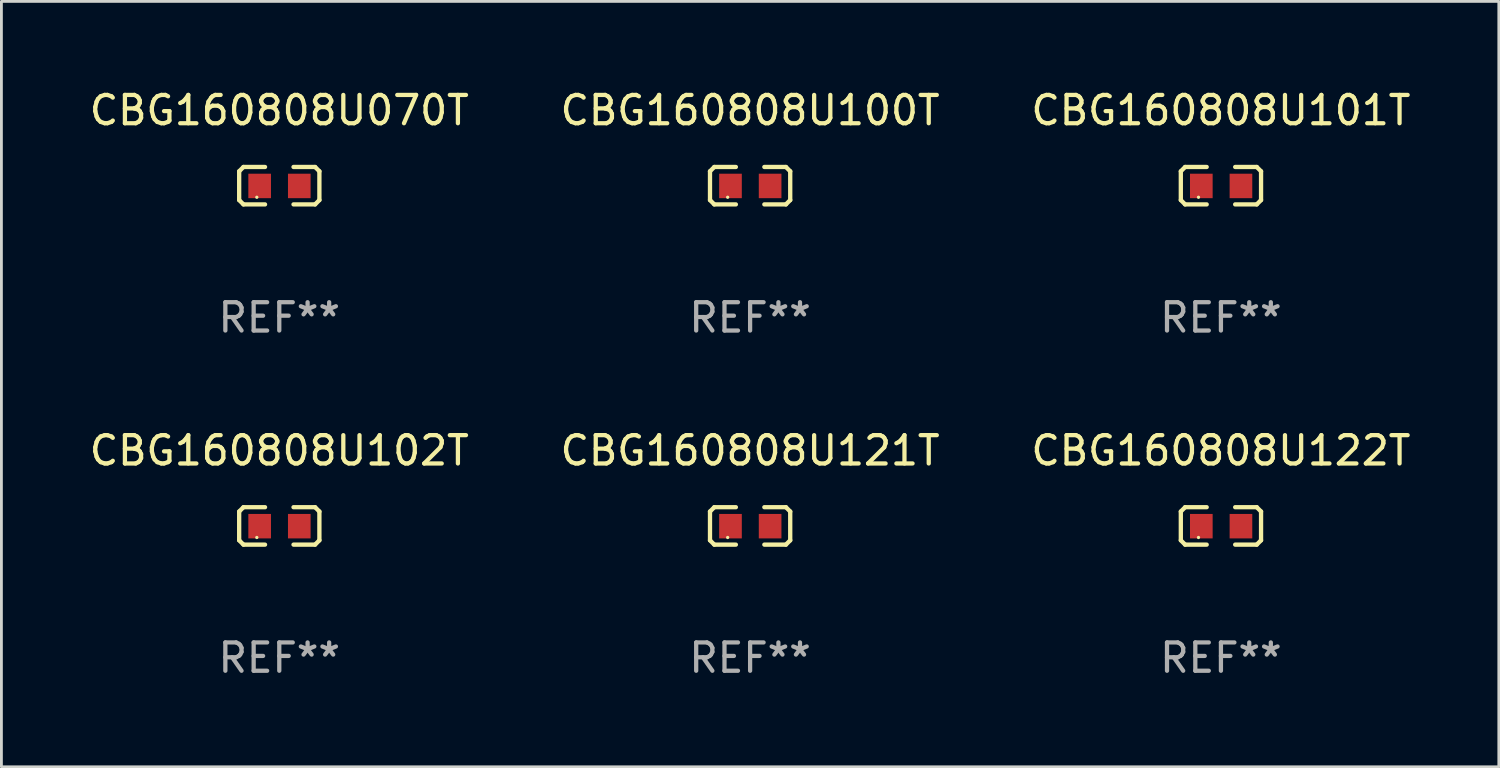
<source format=kicad_pcb>
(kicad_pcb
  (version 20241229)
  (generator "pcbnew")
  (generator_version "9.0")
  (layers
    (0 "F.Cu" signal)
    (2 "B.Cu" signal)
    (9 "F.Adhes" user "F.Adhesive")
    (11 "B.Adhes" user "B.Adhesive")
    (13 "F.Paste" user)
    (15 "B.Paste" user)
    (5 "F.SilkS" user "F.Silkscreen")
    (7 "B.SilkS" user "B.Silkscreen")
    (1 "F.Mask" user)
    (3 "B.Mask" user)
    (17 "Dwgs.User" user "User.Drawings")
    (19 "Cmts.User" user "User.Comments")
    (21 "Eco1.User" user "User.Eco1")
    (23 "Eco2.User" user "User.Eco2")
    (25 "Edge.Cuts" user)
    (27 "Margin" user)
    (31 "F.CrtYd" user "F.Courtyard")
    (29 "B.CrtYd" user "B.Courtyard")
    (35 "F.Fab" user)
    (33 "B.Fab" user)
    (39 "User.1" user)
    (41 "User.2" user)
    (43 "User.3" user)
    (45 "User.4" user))
  (footprint "CBG160808U121T"
    (layer "F.Cu")
    (at 23.446 15.527)
    (property "Reference" "CBG160808U121T" (at 0 -2.661 0) (layer "F.SilkS") (effects (font (size 1 1) (thickness 0.15))))
    (attr through_hole)
    (fp_line (start -1.417 -0.508) (end -1.265 -0.661) (stroke (width 0.152) (type solid)) (layer "F.SilkS"))
    (fp_line (start -1.417 0.508) (end -1.417 -0.508) (stroke (width 0.152) (type solid)) (layer "F.SilkS"))
    (fp_line (start -1.265 -0.661) (end -0.503 -0.661) (stroke (width 0.152) (type solid)) (layer "F.SilkS"))
    (fp_line (start -1.265 0.661) (end -1.417 0.508) (stroke (width 0.152) (type solid)) (layer "F.SilkS"))
    (fp_line (start -1.265 0.661) (end -0.503 0.661) (stroke (width 0.152) (type solid)) (layer "F.SilkS"))
    (fp_line (start 1.265 -0.661) (end 0.503 -0.661) (stroke (width 0.152) (type solid)) (layer "F.SilkS"))
    (fp_line (start 1.265 -0.661) (end 1.417 -0.508) (stroke (width 0.152) (type solid)) (layer "F.SilkS"))
    (fp_line (start 1.265 0.661) (end 0.503 0.661) (stroke (width 0.152) (type solid)) (layer "F.SilkS"))
    (fp_line (start 1.417 -0.508) (end 1.417 0.508) (stroke (width 0.152) (type solid)) (layer "F.SilkS"))
    (fp_line (start 1.417 0.508) (end 1.265 0.661) (stroke (width 0.152) (type solid)) (layer "F.SilkS"))
    (fp_circle (center -0.793 0.409) (end -0.763 0.409) (stroke (width 0.06) (type solid)) (fill no) (layer "F.SilkS"))
    (fp_text user "REF**" (at 0 4.661 0) (layer "F.Fab") (effects (font (size 1 1) (thickness 0.15))))
    (pad "1" smd rect (at -0.693 0.009 180) (size 0.8 0.864) (layers "F.Cu" "F.Mask" "F.Paste"))
    (pad "2" smd rect (at 0.707 0.009 180) (size 0.8 0.864) (layers "F.Cu" "F.Mask" "F.Paste")))
  (footprint "CBG160808U122T"
    (layer "F.Cu")
    (at 40.077 15.527)
    (property "Reference" "CBG160808U122T" (at 0 -2.661 0) (layer "F.SilkS") (effects (font (size 1 1) (thickness 0.15))))
    (attr through_hole)
    (fp_line (start -1.417 -0.508) (end -1.265 -0.661) (stroke (width 0.152) (type solid)) (layer "F.SilkS"))
    (fp_line (start -1.417 0.508) (end -1.417 -0.508) (stroke (width 0.152) (type solid)) (layer "F.SilkS"))
    (fp_line (start -1.265 -0.661) (end -0.503 -0.661) (stroke (width 0.152) (type solid)) (layer "F.SilkS"))
    (fp_line (start -1.265 0.661) (end -1.417 0.508) (stroke (width 0.152) (type solid)) (layer "F.SilkS"))
    (fp_line (start -1.265 0.661) (end -0.503 0.661) (stroke (width 0.152) (type solid)) (layer "F.SilkS"))
    (fp_line (start 1.265 -0.661) (end 0.503 -0.661) (stroke (width 0.152) (type solid)) (layer "F.SilkS"))
    (fp_line (start 1.265 -0.661) (end 1.417 -0.508) (stroke (width 0.152) (type solid)) (layer "F.SilkS"))
    (fp_line (start 1.265 0.661) (end 0.503 0.661) (stroke (width 0.152) (type solid)) (layer "F.SilkS"))
    (fp_line (start 1.417 -0.508) (end 1.417 0.508) (stroke (width 0.152) (type solid)) (layer "F.SilkS"))
    (fp_line (start 1.417 0.508) (end 1.265 0.661) (stroke (width 0.152) (type solid)) (layer "F.SilkS"))
    (fp_circle (center -0.793 0.409) (end -0.763 0.409) (stroke (width 0.06) (type solid)) (fill no) (layer "F.SilkS"))
    (fp_text user "REF**" (at 0 4.661 0) (layer "F.Fab") (effects (font (size 1 1) (thickness 0.15))))
    (pad "1" smd rect (at -0.693 0.009 180) (size 0.8 0.864) (layers "F.Cu" "F.Mask" "F.Paste"))
    (pad "2" smd rect (at 0.707 0.009 180) (size 0.8 0.864) (layers "F.Cu" "F.Mask" "F.Paste")))
  (footprint "CBG160808U101T"
    (layer "F.Cu")
    (at 40.077 3.509)
    (property "Reference" "CBG160808U101T" (at 0 -2.661 0) (layer "F.SilkS") (effects (font (size 1 1) (thickness 0.15))))
    (attr through_hole)
    (fp_line (start -1.417 -0.508) (end -1.265 -0.661) (stroke (width 0.152) (type solid)) (layer "F.SilkS"))
    (fp_line (start -1.417 0.508) (end -1.417 -0.508) (stroke (width 0.152) (type solid)) (layer "F.SilkS"))
    (fp_line (start -1.265 -0.661) (end -0.503 -0.661) (stroke (width 0.152) (type solid)) (layer "F.SilkS"))
    (fp_line (start -1.265 0.661) (end -1.417 0.508) (stroke (width 0.152) (type solid)) (layer "F.SilkS"))
    (fp_line (start -1.265 0.661) (end -0.503 0.661) (stroke (width 0.152) (type solid)) (layer "F.SilkS"))
    (fp_line (start 1.265 -0.661) (end 0.503 -0.661) (stroke (width 0.152) (type solid)) (layer "F.SilkS"))
    (fp_line (start 1.265 -0.661) (end 1.417 -0.508) (stroke (width 0.152) (type solid)) (layer "F.SilkS"))
    (fp_line (start 1.265 0.661) (end 0.503 0.661) (stroke (width 0.152) (type solid)) (layer "F.SilkS"))
    (fp_line (start 1.417 -0.508) (end 1.417 0.508) (stroke (width 0.152) (type solid)) (layer "F.SilkS"))
    (fp_line (start 1.417 0.508) (end 1.265 0.661) (stroke (width 0.152) (type solid)) (layer "F.SilkS"))
    (fp_circle (center -0.793 0.409) (end -0.763 0.409) (stroke (width 0.06) (type solid)) (fill no) (layer "F.SilkS"))
    (fp_text user "REF**" (at 0 4.661 0) (layer "F.Fab") (effects (font (size 1 1) (thickness 0.15))))
    (pad "1" smd rect (at -0.693 0.009 180) (size 0.8 0.864) (layers "F.Cu" "F.Mask" "F.Paste"))
    (pad "2" smd rect (at 0.707 0.009 180) (size 0.8 0.864) (layers "F.Cu" "F.Mask" "F.Paste")))
  (footprint "CBG160808U102T"
    (layer "F.Cu")
    (at 6.815 15.527)
    (property "Reference" "CBG160808U102T" (at 0 -2.661 0) (layer "F.SilkS") (effects (font (size 1 1) (thickness 0.15))))
    (attr through_hole)
    (fp_line (start -1.417 -0.508) (end -1.265 -0.661) (stroke (width 0.152) (type solid)) (layer "F.SilkS"))
    (fp_line (start -1.417 0.508) (end -1.417 -0.508) (stroke (width 0.152) (type solid)) (layer "F.SilkS"))
    (fp_line (start -1.265 -0.661) (end -0.503 -0.661) (stroke (width 0.152) (type solid)) (layer "F.SilkS"))
    (fp_line (start -1.265 0.661) (end -1.417 0.508) (stroke (width 0.152) (type solid)) (layer "F.SilkS"))
    (fp_line (start -1.265 0.661) (end -0.503 0.661) (stroke (width 0.152) (type solid)) (layer "F.SilkS"))
    (fp_line (start 1.265 -0.661) (end 0.503 -0.661) (stroke (width 0.152) (type solid)) (layer "F.SilkS"))
    (fp_line (start 1.265 -0.661) (end 1.417 -0.508) (stroke (width 0.152) (type solid)) (layer "F.SilkS"))
    (fp_line (start 1.265 0.661) (end 0.503 0.661) (stroke (width 0.152) (type solid)) (layer "F.SilkS"))
    (fp_line (start 1.417 -0.508) (end 1.417 0.508) (stroke (width 0.152) (type solid)) (layer "F.SilkS"))
    (fp_line (start 1.417 0.508) (end 1.265 0.661) (stroke (width 0.152) (type solid)) (layer "F.SilkS"))
    (fp_circle (center -0.793 0.409) (end -0.763 0.409) (stroke (width 0.06) (type solid)) (fill no) (layer "F.SilkS"))
    (fp_text user "REF**" (at 0 4.661 0) (layer "F.Fab") (effects (font (size 1 1) (thickness 0.15))))
    (pad "1" smd rect (at -0.693 0.009 180) (size 0.8 0.864) (layers "F.Cu" "F.Mask" "F.Paste"))
    (pad "2" smd rect (at 0.707 0.009 180) (size 0.8 0.864) (layers "F.Cu" "F.Mask" "F.Paste")))
  (footprint "CBG160808U100T"
    (layer "F.Cu")
    (at 23.446 3.509)
    (property "Reference" "CBG160808U100T" (at 0 -2.661 0) (layer "F.SilkS") (effects (font (size 1 1) (thickness 0.15))))
    (attr through_hole)
    (fp_line (start -1.417 -0.508) (end -1.265 -0.661) (stroke (width 0.152) (type solid)) (layer "F.SilkS"))
    (fp_line (start -1.417 0.508) (end -1.417 -0.508) (stroke (width 0.152) (type solid)) (layer "F.SilkS"))
    (fp_line (start -1.265 -0.661) (end -0.503 -0.661) (stroke (width 0.152) (type solid)) (layer "F.SilkS"))
    (fp_line (start -1.265 0.661) (end -1.417 0.508) (stroke (width 0.152) (type solid)) (layer "F.SilkS"))
    (fp_line (start -1.265 0.661) (end -0.503 0.661) (stroke (width 0.152) (type solid)) (layer "F.SilkS"))
    (fp_line (start 1.265 -0.661) (end 0.503 -0.661) (stroke (width 0.152) (type solid)) (layer "F.SilkS"))
    (fp_line (start 1.265 -0.661) (end 1.417 -0.508) (stroke (width 0.152) (type solid)) (layer "F.SilkS"))
    (fp_line (start 1.265 0.661) (end 0.503 0.661) (stroke (width 0.152) (type solid)) (layer "F.SilkS"))
    (fp_line (start 1.417 -0.508) (end 1.417 0.508) (stroke (width 0.152) (type solid)) (layer "F.SilkS"))
    (fp_line (start 1.417 0.508) (end 1.265 0.661) (stroke (width 0.152) (type solid)) (layer "F.SilkS"))
    (fp_circle (center -0.793 0.409) (end -0.763 0.409) (stroke (width 0.06) (type solid)) (fill no) (layer "F.SilkS"))
    (fp_text user "REF**" (at 0 4.661 0) (layer "F.Fab") (effects (font (size 1 1) (thickness 0.15))))
    (pad "1" smd rect (at -0.693 0.009 180) (size 0.8 0.864) (layers "F.Cu" "F.Mask" "F.Paste"))
    (pad "2" smd rect (at 0.707 0.009 180) (size 0.8 0.864) (layers "F.Cu" "F.Mask" "F.Paste")))
  (footprint "CBG160808U070T"
    (layer "F.Cu")
    (at 6.815 3.509)
    (property "Reference" "CBG160808U070T" (at 0 -2.661 0) (layer "F.SilkS") (effects (font (size 1 1) (thickness 0.15))))
    (attr through_hole)
    (fp_line (start -1.417 -0.508) (end -1.265 -0.661) (stroke (width 0.152) (type solid)) (layer "F.SilkS"))
    (fp_line (start -1.417 0.508) (end -1.417 -0.508) (stroke (width 0.152) (type solid)) (layer "F.SilkS"))
    (fp_line (start -1.265 -0.661) (end -0.503 -0.661) (stroke (width 0.152) (type solid)) (layer "F.SilkS"))
    (fp_line (start -1.265 0.661) (end -1.417 0.508) (stroke (width 0.152) (type solid)) (layer "F.SilkS"))
    (fp_line (start -1.265 0.661) (end -0.503 0.661) (stroke (width 0.152) (type solid)) (layer "F.SilkS"))
    (fp_line (start 1.265 -0.661) (end 0.503 -0.661) (stroke (width 0.152) (type solid)) (layer "F.SilkS"))
    (fp_line (start 1.265 -0.661) (end 1.417 -0.508) (stroke (width 0.152) (type solid)) (layer "F.SilkS"))
    (fp_line (start 1.265 0.661) (end 0.503 0.661) (stroke (width 0.152) (type solid)) (layer "F.SilkS"))
    (fp_line (start 1.417 -0.508) (end 1.417 0.508) (stroke (width 0.152) (type solid)) (layer "F.SilkS"))
    (fp_line (start 1.417 0.508) (end 1.265 0.661) (stroke (width 0.152) (type solid)) (layer "F.SilkS"))
    (fp_circle (center -0.793 0.409) (end -0.763 0.409) (stroke (width 0.06) (type solid)) (fill no) (layer "F.SilkS"))
    (fp_text user "REF**" (at 0 4.661 0) (layer "F.Fab") (effects (font (size 1 1) (thickness 0.15))))
    (pad "1" smd rect (at -0.693 0.009 180) (size 0.8 0.864) (layers "F.Cu" "F.Mask" "F.Paste"))
    (pad "2" smd rect (at 0.707 0.009 180) (size 0.8 0.864) (layers "F.Cu" "F.Mask" "F.Paste")))
  (gr_rect
    (start -3 -3)
    (end 49.893 24.035)
    (stroke (width 0.1) (type default))
    (fill no)
    (layer "Edge.Cuts")))
</source>
